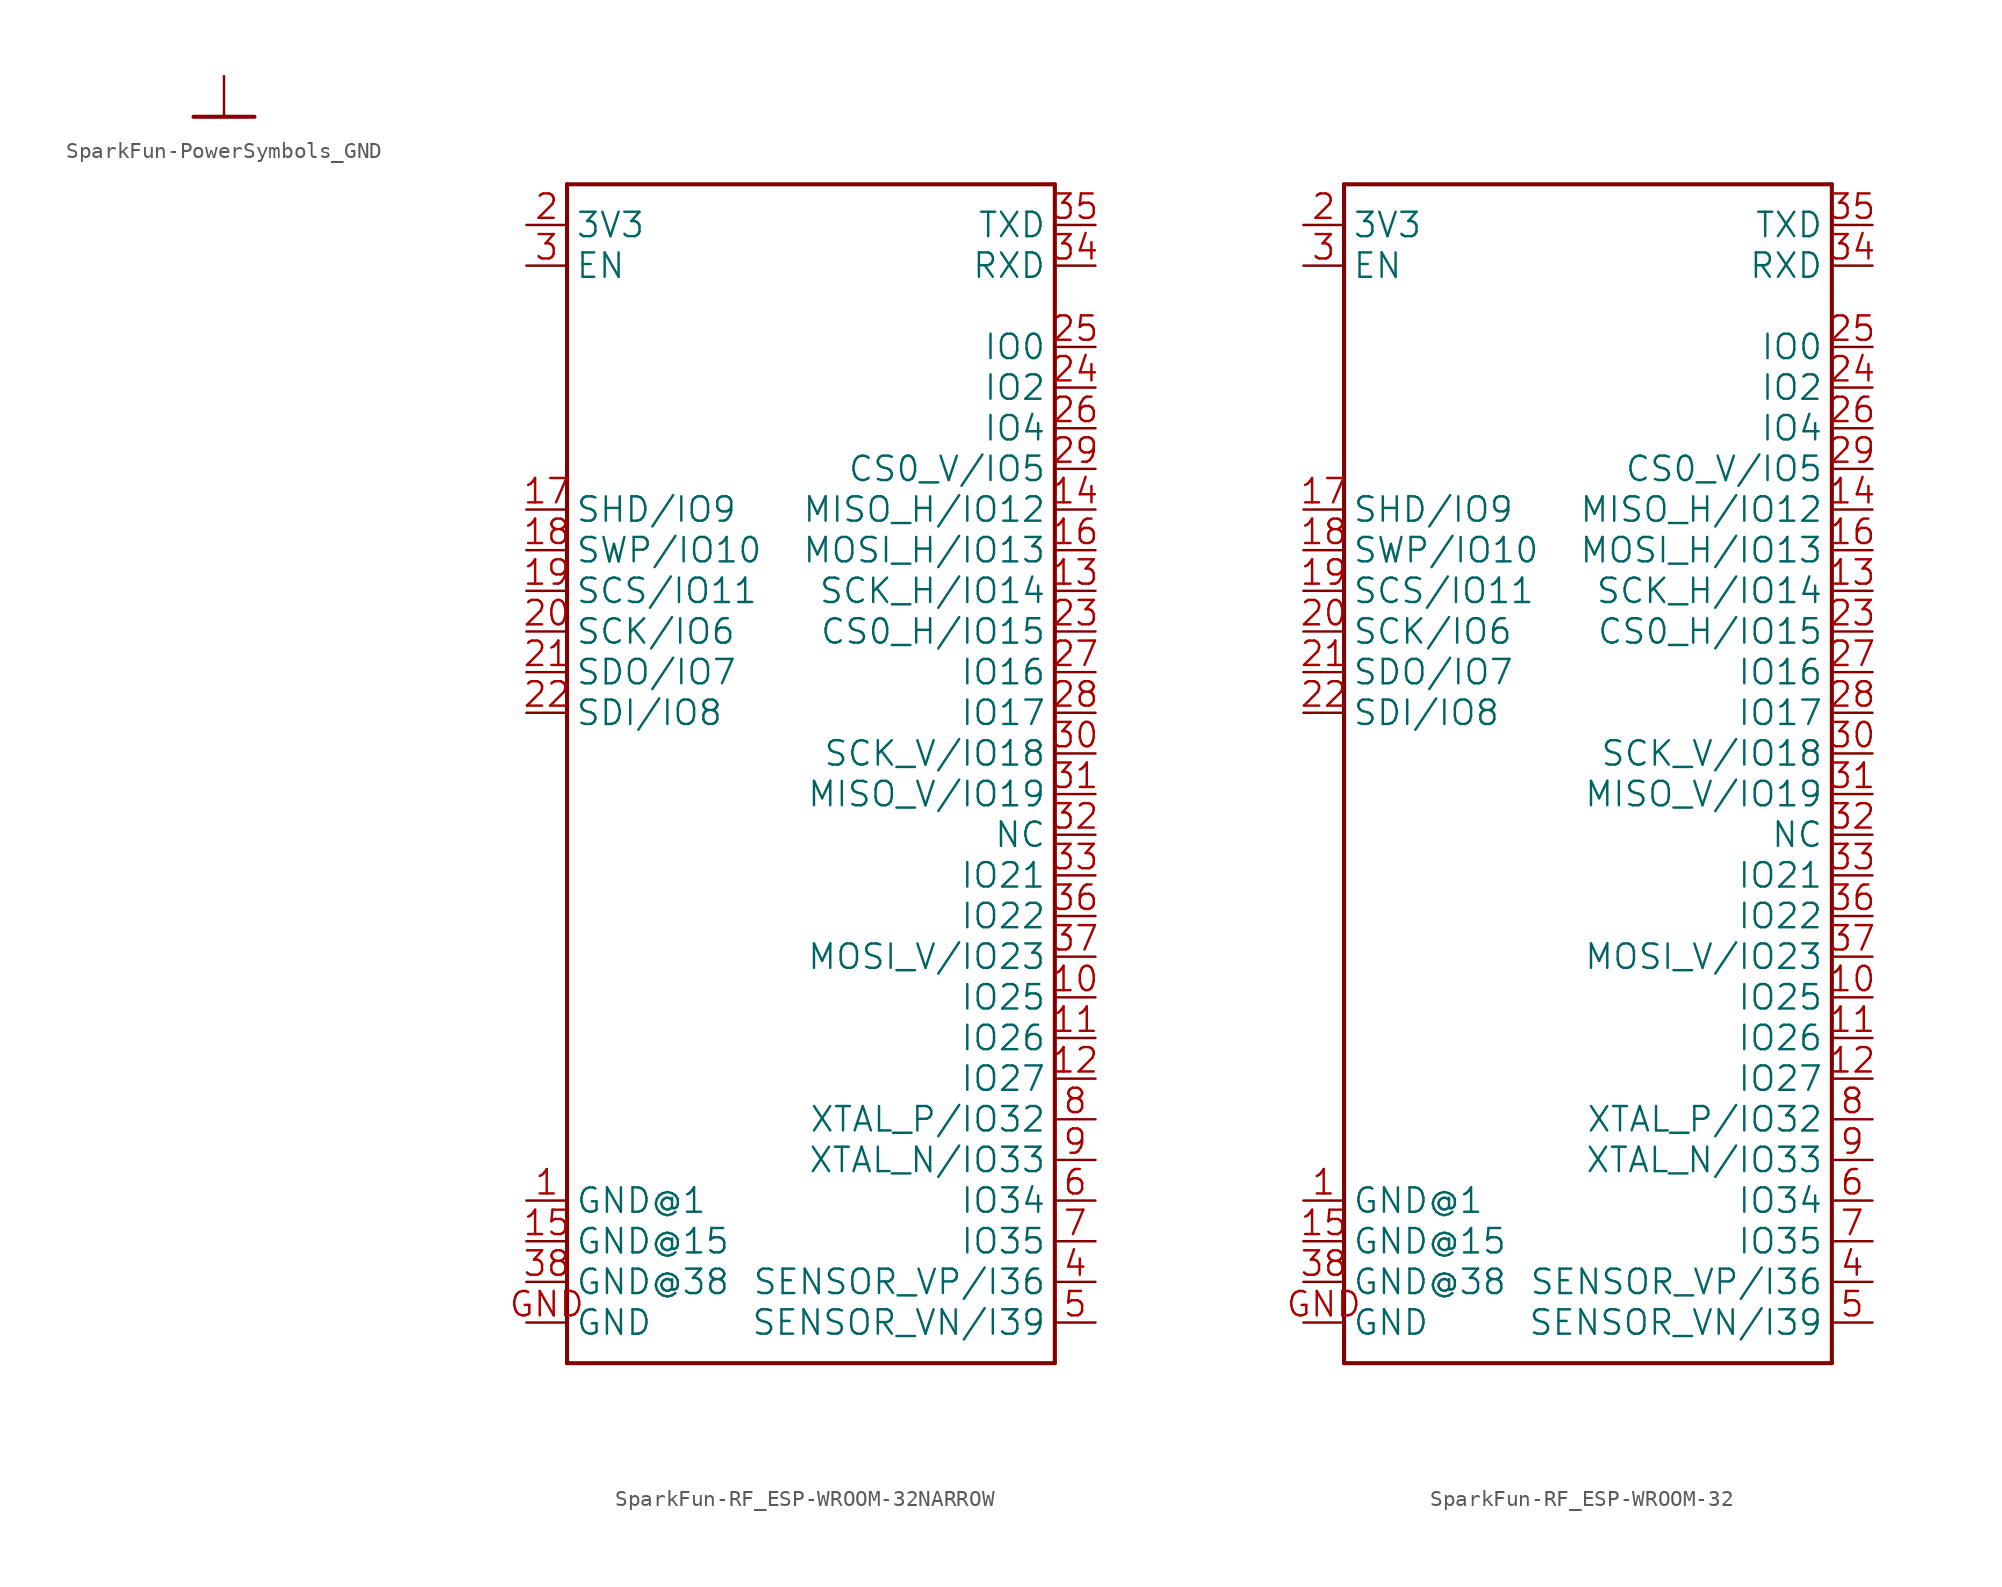
<source format=kicad_sym>
(kicad_symbol_lib
  (version 20241209)
  (generator "kicad_symbol_editor")
  (generator_version "9.0")
  (symbol "SparkFun-PowerSymbols_GND"
    (power)
    (property "Reference" "#GND"
      (at 0 0 0)
      (effects (font (size 1.27 1.27)) (hide yes)))
    (property "Value" ""
      (at 0 -0.254 0)
      (effects (font (size 1.778 1.511)) (justify top)))
    (property "ki_locked" ""
      (at 0 0 0)
      (effects (font (size 1.27 1.27))))
    (symbol "SparkFun-PowerSymbols_GND_1_0"
      (polyline (pts (xy -1.905 0) (xy 1.905 0)) (stroke (width 0.254) (type solid)) (fill (type none)))
      (pin power_in line (at 0 2.54 270) (length 2.54) (name "GND" (effects (font (size 0 0)))) (number "1" (effects (font (size 0 0)))))))
  (symbol "SparkFun-RF_ESP-WROOM-32NARROW"
    (property "Reference" "U"
      (at -15.24 35.814 0)
      (effects (font (size 1.778 1.511)) (justify left bottom) (hide yes)))
    (property "ki_locked" ""
      (at 0 0 0)
      (effects (font (size 1.27 1.27))))
    (symbol "SparkFun-RF_ESP-WROOM-32NARROW_1_0"
      (polyline (pts (xy -15.24 35.56) (xy 15.24 35.56)) (stroke (width 0.254) (type solid)) (fill (type none)))
      (polyline (pts (xy -15.24 -38.1) (xy -15.24 35.56)) (stroke (width 0.254) (type solid)) (fill (type none)))
      (polyline (pts (xy 15.24 35.56) (xy 15.24 -38.1)) (stroke (width 0.254) (type solid)) (fill (type none)))
      (polyline (pts (xy 15.24 -38.1) (xy -15.24 -38.1)) (stroke (width 0.254) (type solid)) (fill (type none)))
      (pin bidirectional line (at -17.78 33.02 0) (length 2.54) (name "3V3" (effects (font (size 1.524 1.524)))) (number "2" (effects (font (size 1.524 1.524)))))
      (pin bidirectional line (at -17.78 30.48 0) (length 2.54) (name "EN" (effects (font (size 1.524 1.524)))) (number "3" (effects (font (size 1.524 1.524)))))
      (pin bidirectional line (at -17.78 15.24 0) (length 2.54) (name "SHD/IO9" (effects (font (size 1.524 1.524)))) (number "17" (effects (font (size 1.524 1.524)))))
      (pin bidirectional line (at -17.78 12.7 0) (length 2.54) (name "SWP/IO10" (effects (font (size 1.524 1.524)))) (number "18" (effects (font (size 1.524 1.524)))))
      (pin bidirectional line (at -17.78 10.16 0) (length 2.54) (name "SCS/IO11" (effects (font (size 1.524 1.524)))) (number "19" (effects (font (size 1.524 1.524)))))
      (pin bidirectional line (at -17.78 7.62 0) (length 2.54) (name "SCK/IO6" (effects (font (size 1.524 1.524)))) (number "20" (effects (font (size 1.524 1.524)))))
      (pin bidirectional line (at -17.78 5.08 0) (length 2.54) (name "SDO/IO7" (effects (font (size 1.524 1.524)))) (number "21" (effects (font (size 1.524 1.524)))))
      (pin bidirectional line (at -17.78 2.54 0) (length 2.54) (name "SDI/IO8" (effects (font (size 1.524 1.524)))) (number "22" (effects (font (size 1.524 1.524)))))
      (pin bidirectional line (at -17.78 -27.94 0) (length 2.54) (name "GND@1" (effects (font (size 1.524 1.524)))) (number "1" (effects (font (size 1.524 1.524)))))
      (pin bidirectional line (at -17.78 -30.48 0) (length 2.54) (name "GND@15" (effects (font (size 1.524 1.524)))) (number "15" (effects (font (size 1.524 1.524)))))
      (pin bidirectional line (at -17.78 -33.02 0) (length 2.54) (name "GND@38" (effects (font (size 1.524 1.524)))) (number "38" (effects (font (size 1.524 1.524)))))
      (pin bidirectional line (at -17.78 -35.56 0) (length 2.54) (name "GND" (effects (font (size 1.524 1.524)))) (number "GND" (effects (font (size 1.524 1.524)))))
      (pin bidirectional line (at 17.78 33.02 180) (length 2.54) (name "TXD" (effects (font (size 1.524 1.524)))) (number "35" (effects (font (size 1.524 1.524)))))
      (pin bidirectional line (at 17.78 30.48 180) (length 2.54) (name "RXD" (effects (font (size 1.524 1.524)))) (number "34" (effects (font (size 1.524 1.524)))))
      (pin bidirectional line (at 17.78 25.4 180) (length 2.54) (name "IO0" (effects (font (size 1.524 1.524)))) (number "25" (effects (font (size 1.524 1.524)))))
      (pin bidirectional line (at 17.78 22.86 180) (length 2.54) (name "IO2" (effects (font (size 1.524 1.524)))) (number "24" (effects (font (size 1.524 1.524)))))
      (pin bidirectional line (at 17.78 20.32 180) (length 2.54) (name "IO4" (effects (font (size 1.524 1.524)))) (number "26" (effects (font (size 1.524 1.524)))))
      (pin bidirectional line (at 17.78 17.78 180) (length 2.54) (name "CS0_V/IO5" (effects (font (size 1.524 1.524)))) (number "29" (effects (font (size 1.524 1.524)))))
      (pin bidirectional line (at 17.78 15.24 180) (length 2.54) (name "MISO_H/IO12" (effects (font (size 1.524 1.524)))) (number "14" (effects (font (size 1.524 1.524)))))
      (pin bidirectional line (at 17.78 12.7 180) (length 2.54) (name "MOSI_H/IO13" (effects (font (size 1.524 1.524)))) (number "16" (effects (font (size 1.524 1.524)))))
      (pin bidirectional line (at 17.78 10.16 180) (length 2.54) (name "SCK_H/IO14" (effects (font (size 1.524 1.524)))) (number "13" (effects (font (size 1.524 1.524)))))
      (pin bidirectional line (at 17.78 7.62 180) (length 2.54) (name "CS0_H/IO15" (effects (font (size 1.524 1.524)))) (number "23" (effects (font (size 1.524 1.524)))))
      (pin bidirectional line (at 17.78 5.08 180) (length 2.54) (name "IO16" (effects (font (size 1.524 1.524)))) (number "27" (effects (font (size 1.524 1.524)))))
      (pin bidirectional line (at 17.78 2.54 180) (length 2.54) (name "IO17" (effects (font (size 1.524 1.524)))) (number "28" (effects (font (size 1.524 1.524)))))
      (pin bidirectional line (at 17.78 0 180) (length 2.54) (name "SCK_V/IO18" (effects (font (size 1.524 1.524)))) (number "30" (effects (font (size 1.524 1.524)))))
      (pin bidirectional line (at 17.78 -2.54 180) (length 2.54) (name "MISO_V/IO19" (effects (font (size 1.524 1.524)))) (number "31" (effects (font (size 1.524 1.524)))))
      (pin bidirectional line (at 17.78 -5.08 180) (length 2.54) (name "NC" (effects (font (size 1.524 1.524)))) (number "32" (effects (font (size 1.524 1.524)))))
      (pin bidirectional line (at 17.78 -7.62 180) (length 2.54) (name "IO21" (effects (font (size 1.524 1.524)))) (number "33" (effects (font (size 1.524 1.524)))))
      (pin bidirectional line (at 17.78 -10.16 180) (length 2.54) (name "IO22" (effects (font (size 1.524 1.524)))) (number "36" (effects (font (size 1.524 1.524)))))
      (pin bidirectional line (at 17.78 -12.7 180) (length 2.54) (name "MOSI_V/IO23" (effects (font (size 1.524 1.524)))) (number "37" (effects (font (size 1.524 1.524)))))
      (pin bidirectional line (at 17.78 -15.24 180) (length 2.54) (name "IO25" (effects (font (size 1.524 1.524)))) (number "10" (effects (font (size 1.524 1.524)))))
      (pin bidirectional line (at 17.78 -17.78 180) (length 2.54) (name "IO26" (effects (font (size 1.524 1.524)))) (number "11" (effects (font (size 1.524 1.524)))))
      (pin bidirectional line (at 17.78 -20.32 180) (length 2.54) (name "IO27" (effects (font (size 1.524 1.524)))) (number "12" (effects (font (size 1.524 1.524)))))
      (pin bidirectional line (at 17.78 -22.86 180) (length 2.54) (name "XTAL_P/IO32" (effects (font (size 1.524 1.524)))) (number "8" (effects (font (size 1.524 1.524)))))
      (pin bidirectional line (at 17.78 -25.4 180) (length 2.54) (name "XTAL_N/IO33" (effects (font (size 1.524 1.524)))) (number "9" (effects (font (size 1.524 1.524)))))
      (pin bidirectional line (at 17.78 -27.94 180) (length 2.54) (name "IO34" (effects (font (size 1.524 1.524)))) (number "6" (effects (font (size 1.524 1.524)))))
      (pin bidirectional line (at 17.78 -30.48 180) (length 2.54) (name "IO35" (effects (font (size 1.524 1.524)))) (number "7" (effects (font (size 1.524 1.524)))))
      (pin bidirectional line (at 17.78 -33.02 180) (length 2.54) (name "SENSOR_VP/I36" (effects (font (size 1.524 1.524)))) (number "4" (effects (font (size 1.524 1.524)))))
      (pin bidirectional line (at 17.78 -35.56 180) (length 2.54) (name "SENSOR_VN/I39" (effects (font (size 1.524 1.524)))) (number "5" (effects (font (size 1.524 1.524)))))))
  (symbol "SparkFun-RF_ESP-WROOM-32"
    (property "Reference" "U"
      (at -15.24 35.814 0)
      (effects (font (size 1.778 1.511)) (justify left bottom) (hide yes)))
    (property "ki_locked" ""
      (at 0 0 0)
      (effects (font (size 1.27 1.27))))
    (symbol "SparkFun-RF_ESP-WROOM-32_1_0"
      (polyline (pts (xy -15.24 35.56) (xy 15.24 35.56)) (stroke (width 0.254) (type solid)) (fill (type none)))
      (polyline (pts (xy -15.24 -38.1) (xy -15.24 35.56)) (stroke (width 0.254) (type solid)) (fill (type none)))
      (polyline (pts (xy 15.24 35.56) (xy 15.24 -38.1)) (stroke (width 0.254) (type solid)) (fill (type none)))
      (polyline (pts (xy 15.24 -38.1) (xy -15.24 -38.1)) (stroke (width 0.254) (type solid)) (fill (type none)))
      (pin bidirectional line (at -17.78 33.02 0) (length 2.54) (name "3V3" (effects (font (size 1.524 1.524)))) (number "2" (effects (font (size 1.524 1.524)))))
      (pin bidirectional line (at -17.78 30.48 0) (length 2.54) (name "EN" (effects (font (size 1.524 1.524)))) (number "3" (effects (font (size 1.524 1.524)))))
      (pin bidirectional line (at -17.78 15.24 0) (length 2.54) (name "SHD/IO9" (effects (font (size 1.524 1.524)))) (number "17" (effects (font (size 1.524 1.524)))))
      (pin bidirectional line (at -17.78 12.7 0) (length 2.54) (name "SWP/IO10" (effects (font (size 1.524 1.524)))) (number "18" (effects (font (size 1.524 1.524)))))
      (pin bidirectional line (at -17.78 10.16 0) (length 2.54) (name "SCS/IO11" (effects (font (size 1.524 1.524)))) (number "19" (effects (font (size 1.524 1.524)))))
      (pin bidirectional line (at -17.78 7.62 0) (length 2.54) (name "SCK/IO6" (effects (font (size 1.524 1.524)))) (number "20" (effects (font (size 1.524 1.524)))))
      (pin bidirectional line (at -17.78 5.08 0) (length 2.54) (name "SDO/IO7" (effects (font (size 1.524 1.524)))) (number "21" (effects (font (size 1.524 1.524)))))
      (pin bidirectional line (at -17.78 2.54 0) (length 2.54) (name "SDI/IO8" (effects (font (size 1.524 1.524)))) (number "22" (effects (font (size 1.524 1.524)))))
      (pin bidirectional line (at -17.78 -27.94 0) (length 2.54) (name "GND@1" (effects (font (size 1.524 1.524)))) (number "1" (effects (font (size 1.524 1.524)))))
      (pin bidirectional line (at -17.78 -30.48 0) (length 2.54) (name "GND@15" (effects (font (size 1.524 1.524)))) (number "15" (effects (font (size 1.524 1.524)))))
      (pin bidirectional line (at -17.78 -33.02 0) (length 2.54) (name "GND@38" (effects (font (size 1.524 1.524)))) (number "38" (effects (font (size 1.524 1.524)))))
      (pin bidirectional line (at -17.78 -35.56 0) (length 2.54) (name "GND" (effects (font (size 1.524 1.524)))) (number "GND" (effects (font (size 1.524 1.524)))))
      (pin bidirectional line (at 17.78 33.02 180) (length 2.54) (name "TXD" (effects (font (size 1.524 1.524)))) (number "35" (effects (font (size 1.524 1.524)))))
      (pin bidirectional line (at 17.78 30.48 180) (length 2.54) (name "RXD" (effects (font (size 1.524 1.524)))) (number "34" (effects (font (size 1.524 1.524)))))
      (pin bidirectional line (at 17.78 25.4 180) (length 2.54) (name "IO0" (effects (font (size 1.524 1.524)))) (number "25" (effects (font (size 1.524 1.524)))))
      (pin bidirectional line (at 17.78 22.86 180) (length 2.54) (name "IO2" (effects (font (size 1.524 1.524)))) (number "24" (effects (font (size 1.524 1.524)))))
      (pin bidirectional line (at 17.78 20.32 180) (length 2.54) (name "IO4" (effects (font (size 1.524 1.524)))) (number "26" (effects (font (size 1.524 1.524)))))
      (pin bidirectional line (at 17.78 17.78 180) (length 2.54) (name "CS0_V/IO5" (effects (font (size 1.524 1.524)))) (number "29" (effects (font (size 1.524 1.524)))))
      (pin bidirectional line (at 17.78 15.24 180) (length 2.54) (name "MISO_H/IO12" (effects (font (size 1.524 1.524)))) (number "14" (effects (font (size 1.524 1.524)))))
      (pin bidirectional line (at 17.78 12.7 180) (length 2.54) (name "MOSI_H/IO13" (effects (font (size 1.524 1.524)))) (number "16" (effects (font (size 1.524 1.524)))))
      (pin bidirectional line (at 17.78 10.16 180) (length 2.54) (name "SCK_H/IO14" (effects (font (size 1.524 1.524)))) (number "13" (effects (font (size 1.524 1.524)))))
      (pin bidirectional line (at 17.78 7.62 180) (length 2.54) (name "CS0_H/IO15" (effects (font (size 1.524 1.524)))) (number "23" (effects (font (size 1.524 1.524)))))
      (pin bidirectional line (at 17.78 5.08 180) (length 2.54) (name "IO16" (effects (font (size 1.524 1.524)))) (number "27" (effects (font (size 1.524 1.524)))))
      (pin bidirectional line (at 17.78 2.54 180) (length 2.54) (name "IO17" (effects (font (size 1.524 1.524)))) (number "28" (effects (font (size 1.524 1.524)))))
      (pin bidirectional line (at 17.78 0 180) (length 2.54) (name "SCK_V/IO18" (effects (font (size 1.524 1.524)))) (number "30" (effects (font (size 1.524 1.524)))))
      (pin bidirectional line (at 17.78 -2.54 180) (length 2.54) (name "MISO_V/IO19" (effects (font (size 1.524 1.524)))) (number "31" (effects (font (size 1.524 1.524)))))
      (pin bidirectional line (at 17.78 -5.08 180) (length 2.54) (name "NC" (effects (font (size 1.524 1.524)))) (number "32" (effects (font (size 1.524 1.524)))))
      (pin bidirectional line (at 17.78 -7.62 180) (length 2.54) (name "IO21" (effects (font (size 1.524 1.524)))) (number "33" (effects (font (size 1.524 1.524)))))
      (pin bidirectional line (at 17.78 -10.16 180) (length 2.54) (name "IO22" (effects (font (size 1.524 1.524)))) (number "36" (effects (font (size 1.524 1.524)))))
      (pin bidirectional line (at 17.78 -12.7 180) (length 2.54) (name "MOSI_V/IO23" (effects (font (size 1.524 1.524)))) (number "37" (effects (font (size 1.524 1.524)))))
      (pin bidirectional line (at 17.78 -15.24 180) (length 2.54) (name "IO25" (effects (font (size 1.524 1.524)))) (number "10" (effects (font (size 1.524 1.524)))))
      (pin bidirectional line (at 17.78 -17.78 180) (length 2.54) (name "IO26" (effects (font (size 1.524 1.524)))) (number "11" (effects (font (size 1.524 1.524)))))
      (pin bidirectional line (at 17.78 -20.32 180) (length 2.54) (name "IO27" (effects (font (size 1.524 1.524)))) (number "12" (effects (font (size 1.524 1.524)))))
      (pin bidirectional line (at 17.78 -22.86 180) (length 2.54) (name "XTAL_P/IO32" (effects (font (size 1.524 1.524)))) (number "8" (effects (font (size 1.524 1.524)))))
      (pin bidirectional line (at 17.78 -25.4 180) (length 2.54) (name "XTAL_N/IO33" (effects (font (size 1.524 1.524)))) (number "9" (effects (font (size 1.524 1.524)))))
      (pin bidirectional line (at 17.78 -27.94 180) (length 2.54) (name "IO34" (effects (font (size 1.524 1.524)))) (number "6" (effects (font (size 1.524 1.524)))))
      (pin bidirectional line (at 17.78 -30.48 180) (length 2.54) (name "IO35" (effects (font (size 1.524 1.524)))) (number "7" (effects (font (size 1.524 1.524)))))
      (pin bidirectional line (at 17.78 -33.02 180) (length 2.54) (name "SENSOR_VP/I36" (effects (font (size 1.524 1.524)))) (number "4" (effects (font (size 1.524 1.524)))))
      (pin bidirectional line (at 17.78 -35.56 180) (length 2.54) (name "SENSOR_VN/I39" (effects (font (size 1.524 1.524)))) (number "5" (effects (font (size 1.524 1.524))))))))
</source>
